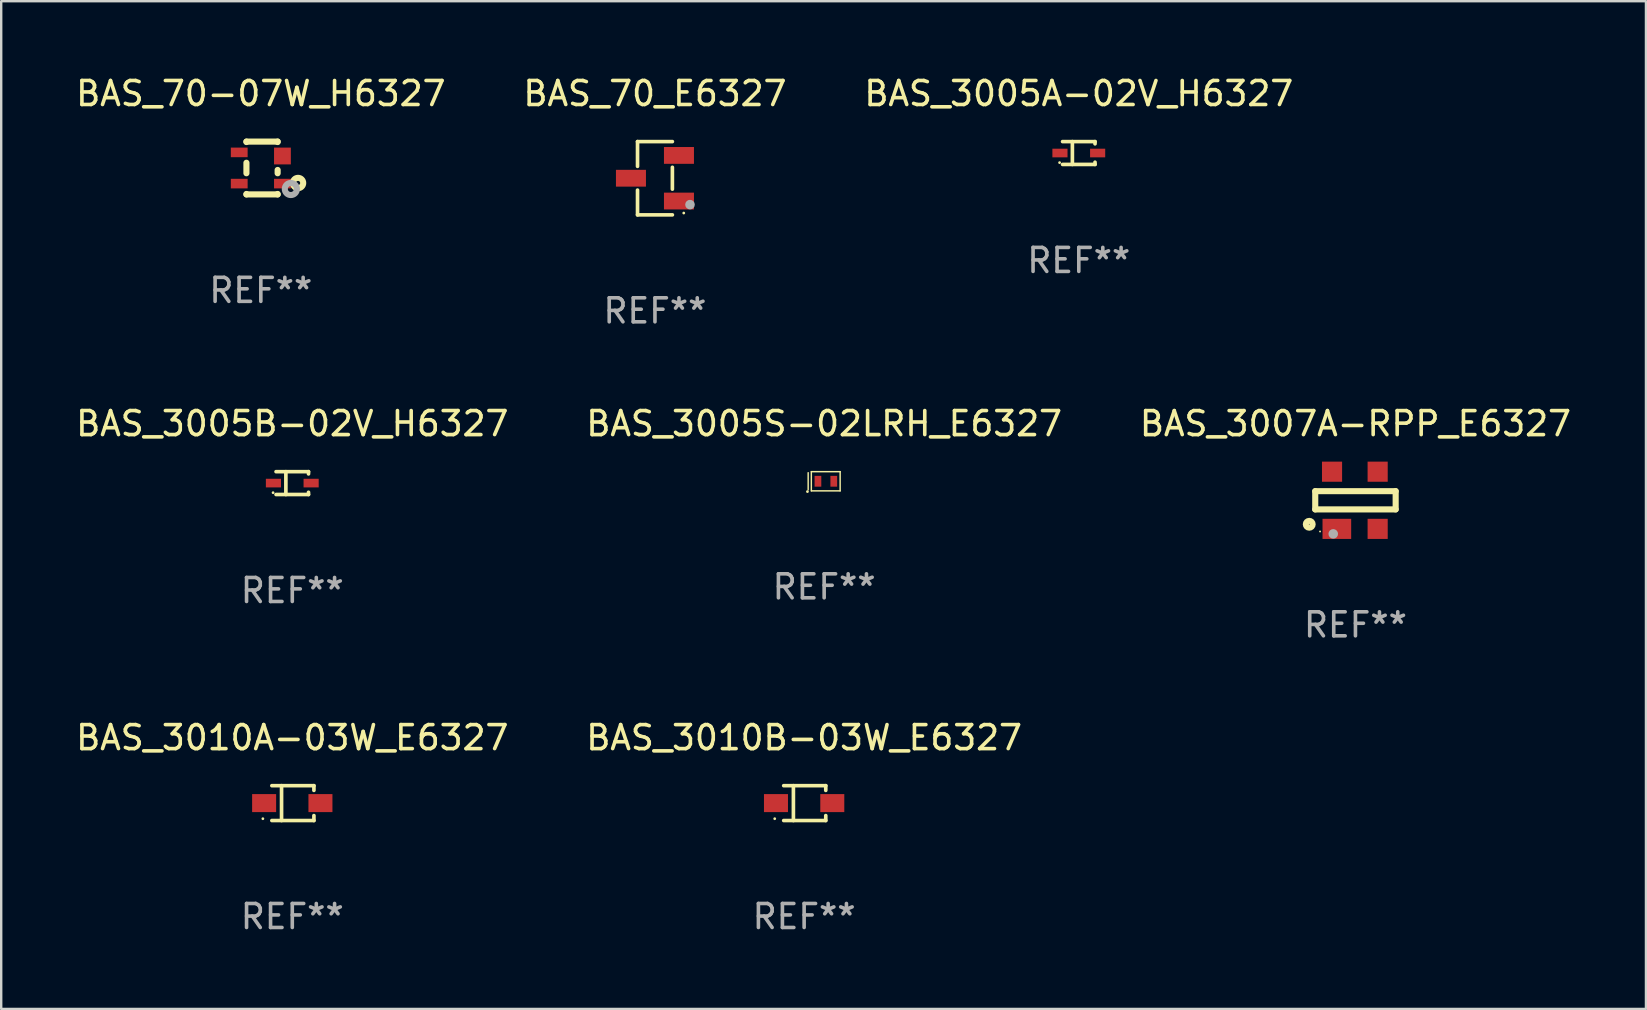
<source format=kicad_pcb>
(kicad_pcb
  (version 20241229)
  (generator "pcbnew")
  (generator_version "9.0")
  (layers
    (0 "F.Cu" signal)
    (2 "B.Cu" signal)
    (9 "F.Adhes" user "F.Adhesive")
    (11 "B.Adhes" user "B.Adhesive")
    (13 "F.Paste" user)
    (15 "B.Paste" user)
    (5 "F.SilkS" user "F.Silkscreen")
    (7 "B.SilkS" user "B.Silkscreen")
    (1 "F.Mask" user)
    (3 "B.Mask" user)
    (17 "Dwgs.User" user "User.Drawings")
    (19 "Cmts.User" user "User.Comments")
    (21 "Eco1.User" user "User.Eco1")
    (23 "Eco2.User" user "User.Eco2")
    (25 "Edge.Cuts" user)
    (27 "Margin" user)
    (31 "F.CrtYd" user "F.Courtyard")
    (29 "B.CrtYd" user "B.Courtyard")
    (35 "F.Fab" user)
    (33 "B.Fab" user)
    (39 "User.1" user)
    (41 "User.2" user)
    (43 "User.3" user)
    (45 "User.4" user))
  (footprint "BAS_70-07W_H6327"
    (layer "F.Cu")
    (at 7.815 3.948)
    (property "Reference" "BAS_70-07W_H6327" (at 0 -3.1 0) (layer "F.SilkS") (effects (font (size 1 1) (thickness 0.15))))
    (attr through_hole)
    (fp_line (start -0.6 -1.1) (end -0.6 -1.081) (stroke (width 0.254) (type solid)) (layer "F.SilkS"))
    (fp_line (start -0.6 -1.1) (end 0.7 -1.1) (stroke (width 0.254) (type solid)) (layer "F.SilkS"))
    (fp_line (start -0.6 -0.219) (end -0.6 0.219) (stroke (width 0.254) (type solid)) (layer "F.SilkS"))
    (fp_line (start -0.6 1.081) (end -0.6 1.1) (stroke (width 0.254) (type solid)) (layer "F.SilkS"))
    (fp_line (start -0.6 1.1) (end 0.7 1.1) (stroke (width 0.254) (type solid)) (layer "F.SilkS"))
    (fp_line (start 0.7 -1.1) (end 0.7 -1.081) (stroke (width 0.254) (type solid)) (layer "F.SilkS"))
    (fp_line (start 0.7 0.081) (end 0.7 0.219) (stroke (width 0.254) (type solid)) (layer "F.SilkS"))
    (fp_line (start 0.7 1.081) (end 0.7 1.1) (stroke (width 0.254) (type solid)) (layer "F.SilkS"))
    (fp_circle (center 1.05 1) (end 1.07 1) (stroke (width 0.04) (type solid)) (fill no) (layer "F.SilkS"))
    (fp_circle (center 1.55 0.625) (end 1.638 0.625) (stroke (width 0.254) (type solid)) (fill no) (layer "F.SilkS"))
    (fp_circle (center 1.25 0.875) (end 1.375 0.875) (stroke (width 0.254) (type solid)) (fill no) (layer "F.Fab"))
    (fp_text user "REF**" (at 0 5.1 0) (layer "F.Fab") (effects (font (size 1 1) (thickness 0.15))))
    (pad "1" smd rect (at 0.9 0.65 90) (size 0.4 0.7) (layers "F.Cu" "F.Mask" "F.Paste"))
    (pad "2" smd rect (at 0.9 -0.5 90) (size 0.7 0.7) (layers "F.Cu" "F.Mask" "F.Paste"))
    (pad "3" smd rect (at -0.9 -0.65 90) (size 0.4 0.7) (layers "F.Cu" "F.Mask" "F.Paste"))
    (pad "4" smd rect (at -0.9 0.65 90) (size 0.4 0.7) (layers "F.Cu" "F.Mask" "F.Paste")))
  (footprint "BAS_3005S-02LRH_E6327"
    (layer "F.Cu")
    (at 31.28 16.997)
    (property "Reference" "BAS_3005S-02LRH_E6327" (at 0 -2.4 0) (layer "F.SilkS") (effects (font (size 1 1) (thickness 0.15))))
    (attr through_hole)
    (fp_line (start -0.666 -0.356) (end -0.666 0.356) (stroke (width 0.06) (type solid)) (layer "F.SilkS"))
    (fp_line (start -0.534 -0.4) (end 0.666 -0.4) (stroke (width 0.06) (type solid)) (layer "F.SilkS"))
    (fp_line (start -0.534 0.4) (end -0.534 -0.4) (stroke (width 0.06) (type solid)) (layer "F.SilkS"))
    (fp_line (start 0.666 -0.4) (end 0.666 0.4) (stroke (width 0.06) (type solid)) (layer "F.SilkS"))
    (fp_line (start 0.666 0.4) (end -0.534 0.4) (stroke (width 0.06) (type solid)) (layer "F.SilkS"))
    (fp_circle (center -0.696 0.43) (end -0.666 0.43) (stroke (width 0.06) (type solid)) (fill no) (layer "F.SilkS"))
    (fp_text user "REF**" (at 0 4.4 0) (layer "F.Fab") (effects (font (size 1 1) (thickness 0.15))))
    (pad "1" smd rect (at -0.259 0) (size 0.28 0.45) (layers "F.Cu" "F.Mask" "F.Paste"))
    (pad "2" smd rect (at 0.401 0) (size 0.28 0.45) (layers "F.Cu" "F.Mask" "F.Paste")))
  (footprint "BAS_3005B-02V_H6327"
    (layer "F.Cu")
    (at 9.125 17.073)
    (property "Reference" "BAS_3005B-02V_H6327" (at 0 -2.476 0) (layer "F.SilkS") (effects (font (size 1 1) (thickness 0.15))))
    (attr through_hole)
    (fp_line (start -0.676 -0.476) (end 0.676 -0.476) (stroke (width 0.152) (type solid)) (layer "F.SilkS"))
    (fp_line (start -0.676 0.476) (end 0.676 0.476) (stroke (width 0.152) (type solid)) (layer "F.SilkS"))
    (fp_line (start -0.267 -0.476) (end -0.267 0.476) (stroke (width 0.152) (type solid)) (layer "F.SilkS"))
    (fp_line (start 0.676 -0.476) (end 0.676 -0.383) (stroke (width 0.152) (type solid)) (layer "F.SilkS"))
    (fp_line (start 0.676 0.476) (end 0.676 0.383) (stroke (width 0.152) (type solid)) (layer "F.SilkS"))
    (fp_circle (center -0.8 0.4) (end -0.77 0.4) (stroke (width 0.06) (type solid)) (fill no) (layer "F.SilkS"))
    (fp_text user "REF**" (at 0 4.476 0) (layer "F.Fab") (effects (font (size 1 1) (thickness 0.15))))
    (pad "1" smd rect (at -0.785 0) (size 0.63 0.36) (layers "F.Cu" "F.Mask" "F.Paste"))
    (pad "2" smd rect (at 0.785 0) (size 0.63 0.36) (layers "F.Cu" "F.Mask" "F.Paste")))
  (footprint "BAS_3010A-03W_E6327"
    (layer "F.Cu")
    (at 9.125 30.403)
    (property "Reference" "BAS_3010A-03W_E6327" (at 0 -2.726 0) (layer "F.SilkS") (effects (font (size 1 1) (thickness 0.15))))
    (attr through_hole)
    (fp_line (start -0.851 -0.726) (end 0.901 -0.726) (stroke (width 0.152) (type solid)) (layer "F.SilkS"))
    (fp_line (start -0.851 0.726) (end 0.901 0.726) (stroke (width 0.152) (type solid)) (layer "F.SilkS"))
    (fp_line (start -0.447 -0.726) (end -0.447 0.726) (stroke (width 0.152) (type solid)) (layer "F.SilkS"))
    (fp_line (start 0.901 -0.726) (end 0.901 -0.53) (stroke (width 0.152) (type solid)) (layer "F.SilkS"))
    (fp_line (start 0.901 0.726) (end 0.901 0.52) (stroke (width 0.152) (type solid)) (layer "F.SilkS"))
    (fp_circle (center -1.225 0.65) (end -1.195 0.65) (stroke (width 0.06) (type solid)) (fill no) (layer "F.SilkS"))
    (fp_text user "REF**" (at 0 4.726 0) (layer "F.Fab") (effects (font (size 1 1) (thickness 0.15))))
    (pad "1" smd rect (at -1.173 0) (size 1 0.75) (layers "F.Cu" "F.Mask" "F.Paste"))
    (pad "2" smd rect (at 1.173 0) (size 1 0.75) (layers "F.Cu" "F.Mask" "F.Paste")))
  (footprint "BAS_3007A-RPP_E6327"
    (layer "F.Cu")
    (at 53.411 17.789)
    (property "Reference" "BAS_3007A-RPP_E6327" (at 0 -3.191 0) (layer "F.SilkS") (effects (font (size 1 1) (thickness 0.15))))
    (attr through_hole)
    (fp_line (start -1.675 -0.38) (end -1.675 0.38) (stroke (width 0.254) (type solid)) (layer "F.SilkS"))
    (fp_line (start -1.675 -0.38) (end 1.675 -0.38) (stroke (width 0.254) (type solid)) (layer "F.SilkS"))
    (fp_line (start -1.675 0.38) (end 1.675 0.38) (stroke (width 0.254) (type solid)) (layer "F.SilkS"))
    (fp_line (start 1.675 -0.38) (end 1.675 0.38) (stroke (width 0.254) (type solid)) (layer "F.SilkS"))
    (fp_circle (center -1.925 1) (end -1.783 1) (stroke (width 0.254) (type solid)) (fill no) (layer "F.SilkS"))
    (fp_circle (center -1.475 1.3) (end -1.455 1.3) (stroke (width 0.04) (type solid)) (fill no) (layer "F.SilkS"))
    (fp_circle (center -0.925 1.4) (end -0.825 1.4) (stroke (width 0.2) (type solid)) (fill no) (layer "F.Fab"))
    (fp_text user "REF**" (at 0 5.191 0) (layer "F.Fab") (effects (font (size 1 1) (thickness 0.15))))
    (pad "1" smd rect (at -0.775 1.191) (size 1.194 0.838) (layers "F.Cu" "F.Mask" "F.Paste"))
    (pad "2" smd rect (at 0.925 1.191) (size 0.838 0.838) (layers "F.Cu" "F.Mask" "F.Paste"))
    (pad "3" smd rect (at 0.925 -1.191) (size 0.838 0.838) (layers "F.Cu" "F.Mask" "F.Paste"))
    (pad "4" smd rect (at -0.975 -1.191) (size 0.838 0.838) (layers "F.Cu" "F.Mask" "F.Paste")))
  (footprint "BAS_70_E6327"
    (layer "F.Cu")
    (at 24.232 4.374)
    (property "Reference" "BAS_70_E6327" (at 0 -3.526 0) (layer "F.SilkS") (effects (font (size 1 1) (thickness 0.15))))
    (attr through_hole)
    (fp_line (start -0.726 -1.526) (end -0.726 -0.495) (stroke (width 0.152) (type solid)) (layer "F.SilkS"))
    (fp_line (start -0.726 1.526) (end -0.726 0.495) (stroke (width 0.152) (type solid)) (layer "F.SilkS"))
    (fp_line (start 0.726 -1.526) (end -0.726 -1.526) (stroke (width 0.152) (type solid)) (layer "F.SilkS"))
    (fp_line (start 0.726 -0.455) (end 0.726 0.455) (stroke (width 0.152) (type solid)) (layer "F.SilkS"))
    (fp_line (start 0.726 1.526) (end -0.726 1.526) (stroke (width 0.152) (type solid)) (layer "F.SilkS"))
    (fp_circle (center 1.2 1.45) (end 1.23 1.45) (stroke (width 0.06) (type solid)) (fill no) (layer "F.SilkS"))
    (fp_circle (center 1.46 1.1) (end 1.56 1.1) (stroke (width 0.2) (type solid)) (fill no) (layer "F.Fab"))
    (fp_text user "REF**" (at 0 5.526 0) (layer "F.Fab") (effects (font (size 1 1) (thickness 0.15))))
    (pad "1" smd rect (at 1 0.95) (size 1.25 0.7) (layers "F.Cu" "F.Mask" "F.Paste"))
    (pad "2" smd rect (at 1 -0.95) (size 1.25 0.7) (layers "F.Cu" "F.Mask" "F.Paste"))
    (pad "3" smd rect (at -1 0) (size 1.25 0.7) (layers "F.Cu" "F.Mask" "F.Paste")))
  (footprint "BAS_3005A-02V_H6327"
    (layer "F.Cu")
    (at 41.887 3.324)
    (property "Reference" "BAS_3005A-02V_H6327" (at 0 -2.476 0) (layer "F.SilkS") (effects (font (size 1 1) (thickness 0.15))))
    (attr through_hole)
    (fp_line (start -0.676 -0.476) (end 0.676 -0.476) (stroke (width 0.152) (type solid)) (layer "F.SilkS"))
    (fp_line (start -0.676 0.476) (end 0.676 0.476) (stroke (width 0.152) (type solid)) (layer "F.SilkS"))
    (fp_line (start -0.267 -0.476) (end -0.267 0.476) (stroke (width 0.152) (type solid)) (layer "F.SilkS"))
    (fp_line (start 0.676 -0.476) (end 0.676 -0.383) (stroke (width 0.152) (type solid)) (layer "F.SilkS"))
    (fp_line (start 0.676 0.476) (end 0.676 0.383) (stroke (width 0.152) (type solid)) (layer "F.SilkS"))
    (fp_circle (center -0.8 0.4) (end -0.77 0.4) (stroke (width 0.06) (type solid)) (fill no) (layer "F.SilkS"))
    (fp_text user "REF**" (at 0 4.476 0) (layer "F.Fab") (effects (font (size 1 1) (thickness 0.15))))
    (pad "1" smd rect (at -0.785 0) (size 0.63 0.36) (layers "F.Cu" "F.Mask" "F.Paste"))
    (pad "2" smd rect (at 0.785 0) (size 0.63 0.36) (layers "F.Cu" "F.Mask" "F.Paste")))
  (footprint "BAS_3010B-03W_E6327"
    (layer "F.Cu")
    (at 30.446 30.403)
    (property "Reference" "BAS_3010B-03W_E6327" (at 0 -2.726 0) (layer "F.SilkS") (effects (font (size 1 1) (thickness 0.15))))
    (attr through_hole)
    (fp_line (start -0.851 -0.726) (end 0.901 -0.726) (stroke (width 0.152) (type solid)) (layer "F.SilkS"))
    (fp_line (start -0.851 0.726) (end 0.901 0.726) (stroke (width 0.152) (type solid)) (layer "F.SilkS"))
    (fp_line (start -0.447 -0.726) (end -0.447 0.726) (stroke (width 0.152) (type solid)) (layer "F.SilkS"))
    (fp_line (start 0.901 -0.726) (end 0.901 -0.53) (stroke (width 0.152) (type solid)) (layer "F.SilkS"))
    (fp_line (start 0.901 0.726) (end 0.901 0.52) (stroke (width 0.152) (type solid)) (layer "F.SilkS"))
    (fp_circle (center -1.225 0.65) (end -1.195 0.65) (stroke (width 0.06) (type solid)) (fill no) (layer "F.SilkS"))
    (fp_text user "REF**" (at 0 4.726 0) (layer "F.Fab") (effects (font (size 1 1) (thickness 0.15))))
    (pad "1" smd rect (at -1.173 0) (size 1 0.75) (layers "F.Cu" "F.Mask" "F.Paste"))
    (pad "2" smd rect (at 1.173 0) (size 1 0.75) (layers "F.Cu" "F.Mask" "F.Paste")))
  (gr_rect
    (start -3 -3)
    (end 65.512 38.977)
    (stroke (width 0.1) (type default))
    (fill no)
    (layer "Edge.Cuts")))
</source>
